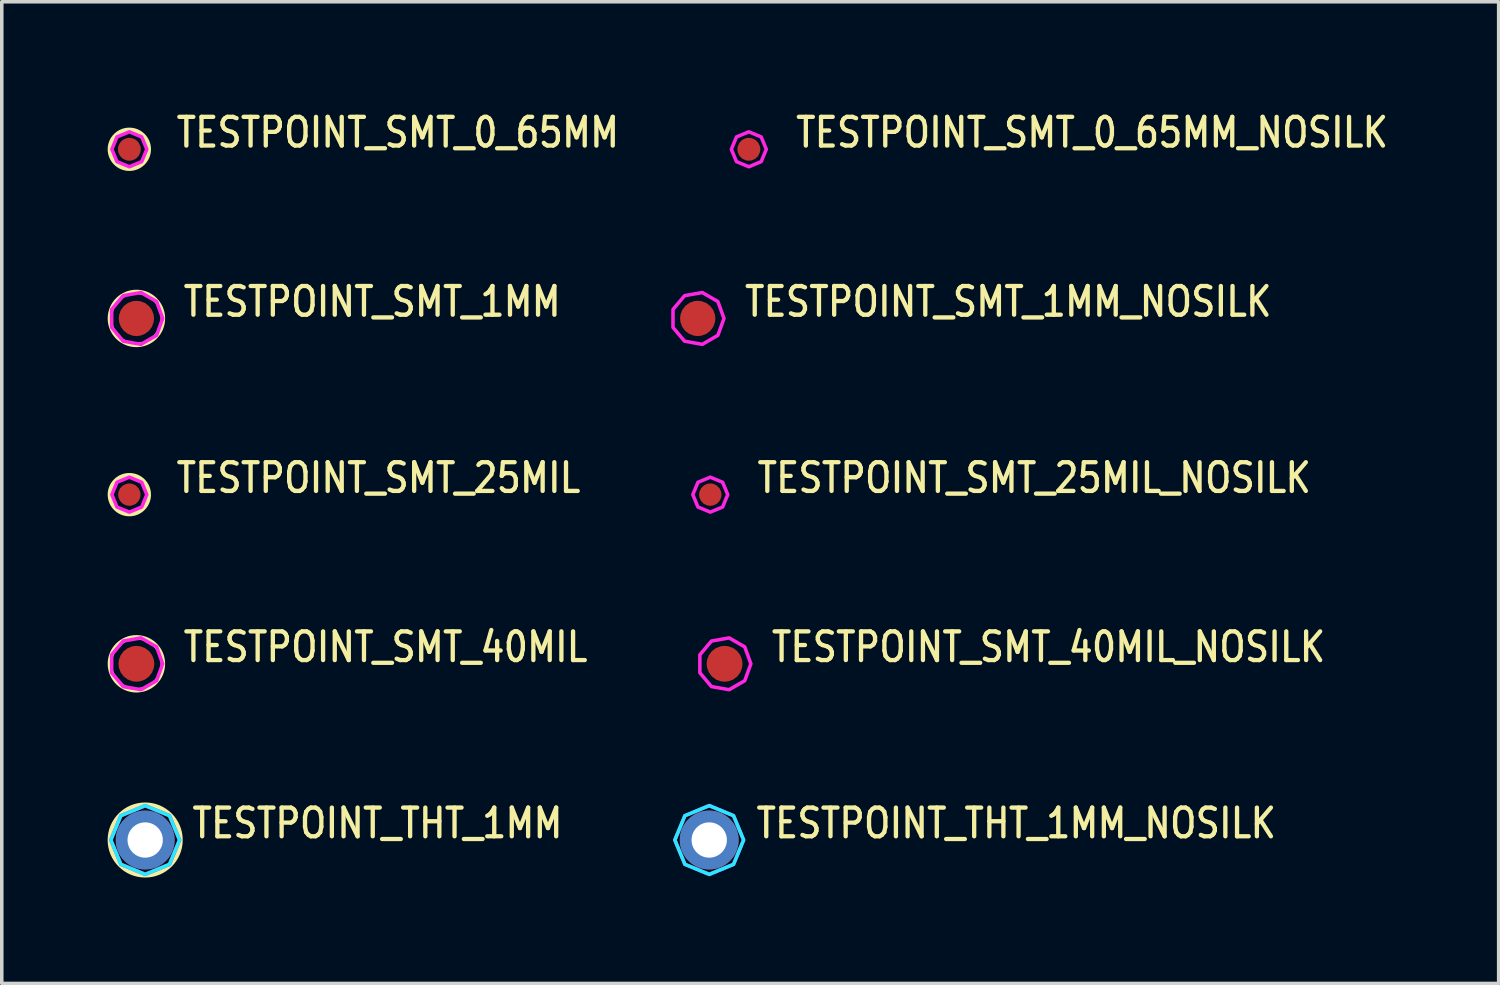
<source format=kicad_pcb>
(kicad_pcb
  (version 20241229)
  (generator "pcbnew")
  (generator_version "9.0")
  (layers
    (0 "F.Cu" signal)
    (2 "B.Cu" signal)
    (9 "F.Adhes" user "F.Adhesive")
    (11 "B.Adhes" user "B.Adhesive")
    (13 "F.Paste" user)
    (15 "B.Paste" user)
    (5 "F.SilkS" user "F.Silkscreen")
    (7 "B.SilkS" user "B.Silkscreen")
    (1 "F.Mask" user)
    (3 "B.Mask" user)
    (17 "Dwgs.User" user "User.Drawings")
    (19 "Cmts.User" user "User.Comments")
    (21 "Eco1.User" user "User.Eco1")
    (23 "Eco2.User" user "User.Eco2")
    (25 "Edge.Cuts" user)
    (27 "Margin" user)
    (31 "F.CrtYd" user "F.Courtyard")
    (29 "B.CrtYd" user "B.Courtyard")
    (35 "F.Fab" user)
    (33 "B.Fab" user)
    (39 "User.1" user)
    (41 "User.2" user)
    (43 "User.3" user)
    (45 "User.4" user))
  (footprint "TESTPOINT_SMT_40MIL_NOSILK"
    (layer "F.Cu")
    (at 17.477 15.755)
    (property "Reference" "TESTPOINT_SMT_40MIL_NOSILK" (at 1.27 0 0) (unlocked yes) (layer "F.SilkS") (effects (font (size 0.813 0.695) (thickness 0.122)) (justify left bottom)))
    (fp_poly (pts (xy 0.745 0) (xy 0.571 -0.479) (xy 0.129 -0.734) (xy -0.372 -0.645) (xy -0.7 -0.255) (xy -0.7 0.255) (xy -0.372 0.645) (xy 0.129 0.734) (xy 0.571 0.479)) (stroke (width 0.1) (type solid)) (fill no) (layer "F.CrtYd"))
    (pad "1" smd roundrect (at 0 0) (size 1.016 1.016) (layers "F.Cu" "F.Mask") (roundrect_rratio 0.5)))
  (footprint "TESTPOINT_SMT_0_65MM_NOSILK"
    (layer "F.Cu")
    (at 18.164 1.179)
    (property "Reference" "TESTPOINT_SMT_0_65MM_NOSILK" (at 1.27 0 0) (unlocked yes) (layer "F.SilkS") (effects (font (size 0.813 0.695) (thickness 0.122)) (justify left bottom)))
    (fp_poly (pts (xy 0.495 0) (xy 0.35 -0.35) (xy 0 -0.495) (xy -0.35 -0.35) (xy -0.495 0) (xy -0.35 0.35) (xy 0 0.495) (xy 0.35 0.35)) (stroke (width 0.1) (type solid)) (fill no) (layer "F.CrtYd"))
    (pad "1" smd roundrect (at 0 0) (size 0.65 0.65) (layers "F.Cu" "F.Mask") (roundrect_rratio 0.5)))
  (footprint "TESTPOINT_SMT_25MIL"
    (layer "F.Cu")
    (at 0.614 10.963)
    (property "Reference" "TESTPOINT_SMT_25MIL" (at 1.27 0 0) (unlocked yes) (layer "F.SilkS") (effects (font (size 0.813 0.695) (thickness 0.122)) (justify left bottom)))
    (fp_circle (center 0 0) (end 0.55 0) (stroke (width 0.127) (type solid)) (fill no) (layer "F.SilkS"))
    (fp_poly (pts (xy 0.495 0) (xy 0.35 -0.35) (xy 0 -0.495) (xy -0.35 -0.35) (xy -0.495 0) (xy -0.35 0.35) (xy 0 0.495) (xy 0.35 0.35)) (stroke (width 0.1) (type solid)) (fill no) (layer "F.CrtYd"))
    (pad "1" smd roundrect (at 0 0) (size 0.635 0.635) (layers "F.Cu" "F.Mask") (roundrect_rratio 0.5)))
  (footprint "TESTPOINT_SMT_40MIL"
    (layer "F.Cu")
    (at 0.814 15.755)
    (property "Reference" "TESTPOINT_SMT_40MIL" (at 1.27 0 0) (unlocked yes) (layer "F.SilkS") (effects (font (size 0.813 0.695) (thickness 0.122)) (justify left bottom)))
    (fp_circle (center 0 0) (end 0.75 0) (stroke (width 0.127) (type solid)) (fill no) (layer "F.SilkS"))
    (fp_poly (pts (xy 0.745 0) (xy 0.571 -0.479) (xy 0.129 -0.734) (xy -0.372 -0.645) (xy -0.7 -0.255) (xy -0.7 0.255) (xy -0.372 0.645) (xy 0.129 0.734) (xy 0.571 0.479)) (stroke (width 0.1) (type solid)) (fill no) (layer "F.CrtYd"))
    (pad "1" smd roundrect (at 0 0) (size 1.016 1.016) (layers "F.Cu" "F.Mask") (roundrect_rratio 0.5)))
  (footprint "TESTPOINT_THT_1MM"
    (layer "F.Cu")
    (at 1.063 20.747)
    (property "Reference" "TESTPOINT_THT_1MM" (at 1.27 0 0) (unlocked yes) (layer "F.SilkS") (effects (font (size 0.813 0.695) (thickness 0.122)) (justify left bottom)))
    (fp_circle (center 0 0) (end 1 0) (stroke (width 0.127) (type solid)) (fill no) (layer "F.SilkS"))
    (fp_poly (pts (xy 0.974 0) (xy 0.689 -0.689) (xy 0 -0.974) (xy -0.689 -0.689) (xy -0.974 0) (xy -0.689 0.689) (xy 0 0.974) (xy 0.689 0.689)) (stroke (width 0.1) (type solid)) (fill no) (layer "B.CrtYd"))
    (fp_poly (pts (xy 0.974 0) (xy 0.689 -0.689) (xy 0 -0.974) (xy -0.689 -0.689) (xy -0.974 0) (xy -0.689 0.689) (xy 0 0.974) (xy 0.689 0.689)) (stroke (width 0.1) (type solid)) (fill no) (layer "F.CrtYd"))
    (pad "1" thru_hole oval (at 0 0) (size 1.667 1.667) (drill 1) (layers "*.Cu" "*.Mask")))
  (footprint "TESTPOINT_SMT_1MM"
    (layer "F.Cu")
    (at 0.814 5.971)
    (property "Reference" "TESTPOINT_SMT_1MM" (at 1.27 0 0) (unlocked yes) (layer "F.SilkS") (effects (font (size 0.813 0.695) (thickness 0.122)) (justify left bottom)))
    (fp_circle (center 0 0) (end 0.75 0) (stroke (width 0.127) (type solid)) (fill no) (layer "F.SilkS"))
    (fp_poly (pts (xy 0.745 0) (xy 0.571 -0.479) (xy 0.129 -0.734) (xy -0.372 -0.645) (xy -0.7 -0.255) (xy -0.7 0.255) (xy -0.372 0.645) (xy 0.129 0.734) (xy 0.571 0.479)) (stroke (width 0.1) (type solid)) (fill no) (layer "F.CrtYd"))
    (pad "1" smd roundrect (at 0 0) (size 1 1) (layers "F.Cu" "F.Mask") (roundrect_rratio 0.5)))
  (footprint "TESTPOINT_SMT_1MM_NOSILK"
    (layer "F.Cu")
    (at 16.716 5.971)
    (property "Reference" "TESTPOINT_SMT_1MM_NOSILK" (at 1.27 0 0) (unlocked yes) (layer "F.SilkS") (effects (font (size 0.813 0.695) (thickness 0.122)) (justify left bottom)))
    (fp_poly (pts (xy 0.745 0) (xy 0.571 -0.479) (xy 0.129 -0.734) (xy -0.372 -0.645) (xy -0.7 -0.255) (xy -0.7 0.255) (xy -0.372 0.645) (xy 0.129 0.734) (xy 0.571 0.479)) (stroke (width 0.1) (type solid)) (fill no) (layer "F.CrtYd"))
    (pad "1" smd roundrect (at 0 0) (size 1 1) (layers "F.Cu" "F.Mask") (roundrect_rratio 0.5)))
  (footprint "TESTPOINT_SMT_25MIL_NOSILK"
    (layer "F.Cu")
    (at 17.072 10.963)
    (property "Reference" "TESTPOINT_SMT_25MIL_NOSILK" (at 1.27 0 0) (unlocked yes) (layer "F.SilkS") (effects (font (size 0.813 0.695) (thickness 0.122)) (justify left bottom)))
    (fp_poly (pts (xy 0.495 0) (xy 0.35 -0.35) (xy 0 -0.495) (xy -0.35 -0.35) (xy -0.495 0) (xy -0.35 0.35) (xy 0 0.495) (xy 0.35 0.35)) (stroke (width 0.1) (type solid)) (fill no) (layer "F.CrtYd"))
    (pad "1" smd roundrect (at 0 0) (size 0.635 0.635) (layers "F.Cu" "F.Mask") (roundrect_rratio 0.5)))
  (footprint "TESTPOINT_THT_1MM_NOSILK"
    (layer "F.Cu")
    (at 17.042 20.747)
    (property "Reference" "TESTPOINT_THT_1MM_NOSILK" (at 1.27 0 0) (unlocked yes) (layer "F.SilkS") (effects (font (size 0.813 0.695) (thickness 0.122)) (justify left bottom)))
    (fp_poly (pts (xy 0.974 0) (xy 0.689 -0.689) (xy 0 -0.974) (xy -0.689 -0.689) (xy -0.974 0) (xy -0.689 0.689) (xy 0 0.974) (xy 0.689 0.689)) (stroke (width 0.1) (type solid)) (fill no) (layer "B.CrtYd"))
    (fp_poly (pts (xy 0.974 0) (xy 0.689 -0.689) (xy 0 -0.974) (xy -0.689 -0.689) (xy -0.974 0) (xy -0.689 0.689) (xy 0 0.974) (xy 0.689 0.689)) (stroke (width 0.1) (type solid)) (fill no) (layer "F.CrtYd"))
    (pad "P$1" thru_hole oval (at 0 0) (size 1.667 1.667) (drill 1) (layers "*.Cu" "*.Mask")))
  (footprint "TESTPOINT_SMT_0_65MM"
    (layer "F.Cu")
    (at 0.614 1.179)
    (property "Reference" "TESTPOINT_SMT_0_65MM" (at 1.27 0 0) (unlocked yes) (layer "F.SilkS") (effects (font (size 0.813 0.695) (thickness 0.122)) (justify left bottom)))
    (fp_circle (center 0 0) (end 0.55 0) (stroke (width 0.127) (type solid)) (fill no) (layer "F.SilkS"))
    (fp_poly (pts (xy 0.495 0) (xy 0.35 -0.35) (xy 0 -0.495) (xy -0.35 -0.35) (xy -0.495 0) (xy -0.35 0.35) (xy 0 0.495) (xy 0.35 0.35)) (stroke (width 0.1) (type solid)) (fill no) (layer "F.CrtYd"))
    (pad "1" smd roundrect (at 0 0) (size 0.65 0.65) (layers "F.Cu" "F.Mask") (roundrect_rratio 0.5)))
  (gr_rect
    (start -3 -3)
    (end 39.406 24.81)
    (stroke (width 0.1) (type default))
    (fill no)
    (layer "Edge.Cuts")))
</source>
